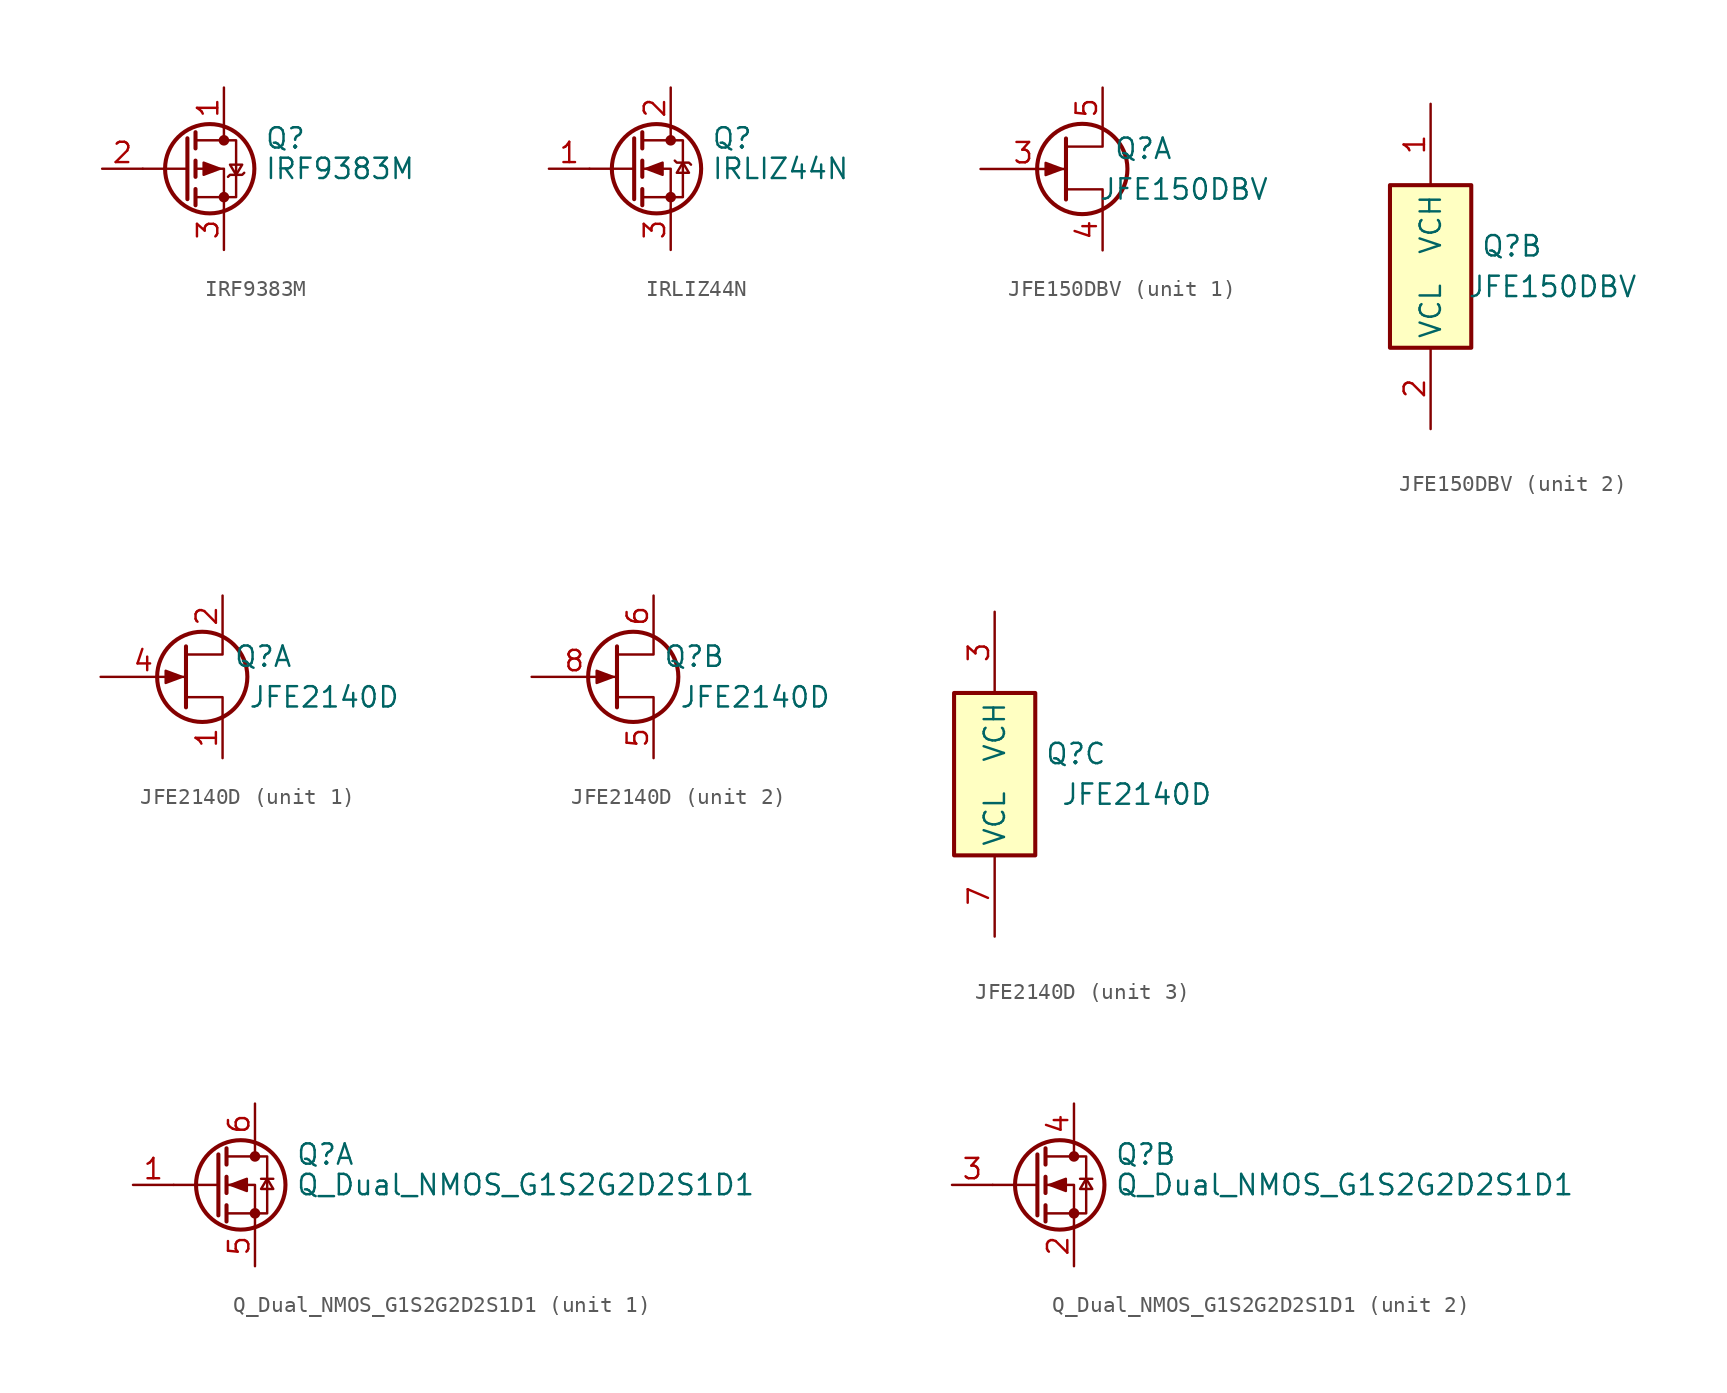
<source format=kicad_sym>
(kicad_symbol_lib
  (version 20241209)
  (generator "kicad_symbol_editor")
  (generator_version "9.0")
  (symbol "IRF9383M"
    (pin_names
      (hide yes))
    (property "Reference" "Q"
      (at 5.08 1.905 0)
      (effects (font (size 1.27 1.27)) (justify left)))
    (property "Value" "IRF9383M"
      (at 5.08 0 0)
      (effects (font (size 1.27 1.27)) (justify left)))
    (symbol "IRF9383M_0_1"
      (polyline (pts (xy 0.254 1.905) (xy 0.254 -1.905)) (stroke (width 0.254) (type default)) (fill (type none)))
      (polyline (pts (xy 0.254 0) (xy -2.54 0)) (stroke (width 0) (type default)) (fill (type none)))
      (polyline (pts (xy 0.762 2.286) (xy 0.762 1.27)) (stroke (width 0.254) (type default)) (fill (type none)))
      (polyline (pts (xy 0.762 1.778) (xy 3.302 1.778) (xy 3.302 -1.778) (xy 0.762 -1.778)) (stroke (width 0) (type default)) (fill (type none)))
      (polyline (pts (xy 0.762 0.508) (xy 0.762 -0.508)) (stroke (width 0.254) (type default)) (fill (type none)))
      (polyline (pts (xy 0.762 -1.27) (xy 0.762 -2.286)) (stroke (width 0.254) (type default)) (fill (type none)))
      (circle (center 1.651 0) (radius 2.794) (stroke (width 0.254) (type default)) (fill (type none)))
      (polyline (pts (xy 2.286 0) (xy 1.27 0.381) (xy 1.27 -0.381) (xy 2.286 0)) (stroke (width 0) (type default)) (fill (type outline)))
      (polyline (pts (xy 2.54 2.54) (xy 2.54 1.778)) (stroke (width 0) (type default)) (fill (type none)))
      (circle (center 2.54 1.778) (radius 0.254) (stroke (width 0) (type default)) (fill (type outline)))
      (circle (center 2.54 -1.778) (radius 0.254) (stroke (width 0) (type default)) (fill (type outline)))
      (polyline (pts (xy 2.54 -2.54) (xy 2.54 0) (xy 0.762 0)) (stroke (width 0) (type default)) (fill (type none)))
      (polyline (pts (xy 2.794 -0.508) (xy 2.921 -0.381) (xy 3.683 -0.381) (xy 3.81 -0.254)) (stroke (width 0) (type default)) (fill (type none)))
      (polyline (pts (xy 3.302 -0.381) (xy 2.921 0.254) (xy 3.683 0.254) (xy 3.302 -0.381)) (stroke (width 0) (type default)) (fill (type none))))
    (symbol "IRF9383M_1_1"
      (pin input line (at -5.08 0 0) (length 2.54) (name "G" (effects (font (size 1.27 1.27)))) (number "2" (effects (font (size 1.27 1.27)))))
      (pin passive line (at 2.54 5.08 270) (length 2.54) (name "D" (effects (font (size 1.27 1.27)))) (number "1" (effects (font (size 1.27 1.27)))))
      (pin passive line (at 2.54 -5.08 90) (length 2.54) (name "S" (effects (font (size 1.27 1.27)))) (number "3" (effects (font (size 1.27 1.27)))))))
  (symbol "IRLIZ44N"
    (pin_names
      (hide yes))
    (property "Reference" "Q"
      (at 5.08 1.905 0)
      (effects (font (size 1.27 1.27)) (justify left)))
    (property "Value" "IRLIZ44N"
      (at 5.08 0 0)
      (effects (font (size 1.27 1.27)) (justify left)))
    (symbol "IRLIZ44N_0_1"
      (polyline (pts (xy 0.254 1.905) (xy 0.254 -1.905)) (stroke (width 0.254) (type default)) (fill (type none)))
      (polyline (pts (xy 0.254 0) (xy -2.54 0)) (stroke (width 0) (type default)) (fill (type none)))
      (polyline (pts (xy 0.762 2.286) (xy 0.762 1.27)) (stroke (width 0.254) (type default)) (fill (type none)))
      (polyline (pts (xy 0.762 0.508) (xy 0.762 -0.508)) (stroke (width 0.254) (type default)) (fill (type none)))
      (polyline (pts (xy 0.762 -1.27) (xy 0.762 -2.286)) (stroke (width 0.254) (type default)) (fill (type none)))
      (polyline (pts (xy 0.762 -1.778) (xy 3.302 -1.778) (xy 3.302 1.778) (xy 0.762 1.778)) (stroke (width 0) (type default)) (fill (type none)))
      (polyline (pts (xy 1.016 0) (xy 2.032 0.381) (xy 2.032 -0.381) (xy 1.016 0)) (stroke (width 0) (type default)) (fill (type outline)))
      (circle (center 1.651 0) (radius 2.794) (stroke (width 0.254) (type default)) (fill (type none)))
      (polyline (pts (xy 2.54 2.54) (xy 2.54 1.778)) (stroke (width 0) (type default)) (fill (type none)))
      (circle (center 2.54 1.778) (radius 0.254) (stroke (width 0) (type default)) (fill (type outline)))
      (circle (center 2.54 -1.778) (radius 0.254) (stroke (width 0) (type default)) (fill (type outline)))
      (polyline (pts (xy 2.54 -2.54) (xy 2.54 0) (xy 0.762 0)) (stroke (width 0) (type default)) (fill (type none)))
      (polyline (pts (xy 2.794 0.508) (xy 2.921 0.381) (xy 3.683 0.381) (xy 3.81 0.254)) (stroke (width 0) (type default)) (fill (type none)))
      (polyline (pts (xy 3.302 0.381) (xy 2.921 -0.254) (xy 3.683 -0.254) (xy 3.302 0.381)) (stroke (width 0) (type default)) (fill (type none))))
    (symbol "IRLIZ44N_1_1"
      (pin input line (at -5.08 0 0) (length 2.54) (name "G" (effects (font (size 1.27 1.27)))) (number "1" (effects (font (size 1.27 1.27)))))
      (pin passive line (at 2.54 5.08 270) (length 2.54) (name "D" (effects (font (size 1.27 1.27)))) (number "2" (effects (font (size 1.27 1.27)))))
      (pin passive line (at 2.54 -5.08 90) (length 2.54) (name "S" (effects (font (size 1.27 1.27)))) (number "3" (effects (font (size 1.27 1.27)))))))
  (symbol "JFE150DBV"
    (property "Reference" "Q"
      (at 5.08 1.27 0)
      (effects (font (size 1.27 1.27))))
    (property "Value" "JFE150DBV"
      (at 7.62 -1.27 0)
      (effects (font (size 1.27 1.27))))
    (property "ki_locked" ""
      (at 0 0 0)
      (effects (font (size 1.27 1.27))))
    (symbol "JFE150DBV_1_1"
      (polyline (pts (xy 0 0) (xy -1.016 0.381) (xy -1.016 -0.381) (xy 0 0)) (stroke (width 0) (type default)) (fill (type outline)))
      (polyline (pts (xy 0.254 1.905) (xy 0.254 -1.905) (xy 0.254 -1.905)) (stroke (width 0.254) (type default)) (fill (type none)))
      (circle (center 1.27 0) (radius 2.819) (stroke (width 0.254) (type default)) (fill (type none)))
      (polyline (pts (xy 2.54 2.54) (xy 2.54 1.397) (xy 0.254 1.397)) (stroke (width 0) (type default)) (fill (type none)))
      (polyline (pts (xy 2.54 -2.54) (xy 2.54 -1.27) (xy 0.254 -1.27)) (stroke (width 0) (type default)) (fill (type none)))
      (pin input line (at -5.08 0 0) (length 5.334) (name "~" (effects (font (size 1.27 1.27)))) (number "3" (effects (font (size 1.27 1.27)))))
      (pin passive line (at 2.54 5.08 270) (length 2.54) (name "~" (effects (font (size 1.27 1.27)))) (number "5" (effects (font (size 1.27 1.27)))))
      (pin passive line (at 2.54 -5.08 90) (length 2.54) (name "~" (effects (font (size 1.27 1.27)))) (number "4" (effects (font (size 1.27 1.27))))))
    (symbol "JFE150DBV_2_0"
      (pin passive line (at 0 10.16 270) (length 5.08) (name "VCH" (effects (font (size 1.27 1.27)))) (number "1" (effects (font (size 1.27 1.27)))))
      (pin passive line (at 0 -10.16 90) (length 5.08) (name "VCL" (effects (font (size 1.27 1.27)))) (number "2" (effects (font (size 1.27 1.27))))))
    (symbol "JFE150DBV_2_1"
      (rectangle (start -2.54 5.08) (end 2.54 -5.08) (stroke (width 0.254) (type default)) (fill (type background)))))
  (symbol "JFE2140D"
    (property "Reference" "Q"
      (at 5.08 1.27 0)
      (effects (font (size 1.27 1.27))))
    (property "Value" "JFE2140D"
      (at 8.89 -1.27 0)
      (effects (font (size 1.27 1.27))))
    (property "ki_locked" ""
      (at 0 0 0)
      (effects (font (size 1.27 1.27))))
    (symbol "JFE2140D_1_1"
      (polyline (pts (xy 0 0) (xy -1.016 0.381) (xy -1.016 -0.381) (xy 0 0)) (stroke (width 0) (type default)) (fill (type outline)))
      (polyline (pts (xy 0.254 1.905) (xy 0.254 -1.905) (xy 0.254 -1.905)) (stroke (width 0.254) (type default)) (fill (type none)))
      (circle (center 1.27 0) (radius 2.819) (stroke (width 0.254) (type default)) (fill (type none)))
      (polyline (pts (xy 2.54 2.54) (xy 2.54 1.397) (xy 0.254 1.397)) (stroke (width 0) (type default)) (fill (type none)))
      (polyline (pts (xy 2.54 -2.54) (xy 2.54 -1.27) (xy 0.254 -1.27)) (stroke (width 0) (type default)) (fill (type none)))
      (pin input line (at -5.08 0 0) (length 5.334) (name "~" (effects (font (size 1.27 1.27)))) (number "4" (effects (font (size 1.27 1.27)))))
      (pin passive line (at 2.54 5.08 270) (length 2.54) (name "~" (effects (font (size 1.27 1.27)))) (number "2" (effects (font (size 1.27 1.27)))))
      (pin passive line (at 2.54 -5.08 90) (length 2.54) (name "~" (effects (font (size 1.27 1.27)))) (number "1" (effects (font (size 1.27 1.27))))))
    (symbol "JFE2140D_2_1"
      (polyline (pts (xy 0 0) (xy -1.016 0.381) (xy -1.016 -0.381) (xy 0 0)) (stroke (width 0) (type default)) (fill (type outline)))
      (polyline (pts (xy 0.254 1.905) (xy 0.254 -1.905) (xy 0.254 -1.905)) (stroke (width 0.254) (type default)) (fill (type none)))
      (circle (center 1.27 0) (radius 2.819) (stroke (width 0.254) (type default)) (fill (type none)))
      (polyline (pts (xy 2.54 2.54) (xy 2.54 1.397) (xy 0.254 1.397)) (stroke (width 0) (type default)) (fill (type none)))
      (polyline (pts (xy 2.54 -2.54) (xy 2.54 -1.27) (xy 0.254 -1.27)) (stroke (width 0) (type default)) (fill (type none)))
      (pin input line (at -5.08 0 0) (length 5.334) (name "~" (effects (font (size 1.27 1.27)))) (number "8" (effects (font (size 1.27 1.27)))))
      (pin passive line (at 2.54 5.08 270) (length 2.54) (name "~" (effects (font (size 1.27 1.27)))) (number "6" (effects (font (size 1.27 1.27)))))
      (pin passive line (at 2.54 -5.08 90) (length 2.54) (name "~" (effects (font (size 1.27 1.27)))) (number "5" (effects (font (size 1.27 1.27))))))
    (symbol "JFE2140D_3_0"
      (pin passive line (at 0 10.16 270) (length 5.08) (name "VCH" (effects (font (size 1.27 1.27)))) (number "3" (effects (font (size 1.27 1.27)))))
      (pin passive line (at 0 -10.16 90) (length 5.08) (name "VCL" (effects (font (size 1.27 1.27)))) (number "7" (effects (font (size 1.27 1.27))))))
    (symbol "JFE2140D_3_1"
      (rectangle (start -2.54 5.08) (end 2.54 -5.08) (stroke (width 0.254) (type default)) (fill (type background)))))
  (symbol "Q_Dual_NMOS_G1S2G2D2S1D1"
    (pin_names
      (offset 0)
      (hide yes))
    (property "Reference" "Q"
      (at 5.08 1.905 0)
      (effects (font (size 1.27 1.27)) (justify left)))
    (property "Value" "Q_Dual_NMOS_G1S2G2D2S1D1"
      (at 5.08 0 0)
      (effects (font (size 1.27 1.27)) (justify left)))
    (symbol "Q_Dual_NMOS_G1S2G2D2S1D1_0_1"
      (polyline (pts (xy 0.254 1.905) (xy 0.254 -1.905)) (stroke (width 0.254) (type default)) (fill (type none)))
      (polyline (pts (xy 0.254 0) (xy -2.54 0)) (stroke (width 0) (type default)) (fill (type none)))
      (polyline (pts (xy 0.762 2.286) (xy 0.762 1.27)) (stroke (width 0.254) (type default)) (fill (type none)))
      (polyline (pts (xy 0.762 0.508) (xy 0.762 -0.508)) (stroke (width 0.254) (type default)) (fill (type none)))
      (polyline (pts (xy 0.762 -1.27) (xy 0.762 -2.286)) (stroke (width 0.254) (type default)) (fill (type none)))
      (polyline (pts (xy 0.762 -1.778) (xy 3.302 -1.778) (xy 3.302 1.778) (xy 0.762 1.778)) (stroke (width 0) (type default)) (fill (type none)))
      (polyline (pts (xy 1.016 0) (xy 2.032 0.381) (xy 2.032 -0.381) (xy 1.016 0)) (stroke (width 0) (type default)) (fill (type outline)))
      (circle (center 1.651 0) (radius 2.794) (stroke (width 0.254) (type default)) (fill (type none)))
      (polyline (pts (xy 2.54 2.54) (xy 2.54 1.778)) (stroke (width 0) (type default)) (fill (type none)))
      (circle (center 2.54 1.778) (radius 0.254) (stroke (width 0) (type default)) (fill (type outline)))
      (circle (center 2.54 -1.778) (radius 0.254) (stroke (width 0) (type default)) (fill (type outline)))
      (polyline (pts (xy 2.54 -2.54) (xy 2.54 0) (xy 0.762 0)) (stroke (width 0) (type default)) (fill (type none)))
      (polyline (pts (xy 2.921 0.381) (xy 3.683 0.381)) (stroke (width 0) (type default)) (fill (type none)))
      (polyline (pts (xy 3.302 0.381) (xy 2.921 -0.254) (xy 3.683 -0.254) (xy 3.302 0.381)) (stroke (width 0) (type default)) (fill (type none))))
    (symbol "Q_Dual_NMOS_G1S2G2D2S1D1_1_1"
      (pin input line (at -5.08 0 0) (length 2.54) (name "G" (effects (font (size 1.27 1.27)))) (number "1" (effects (font (size 1.27 1.27)))))
      (pin passive line (at 2.54 5.08 270) (length 2.54) (name "D" (effects (font (size 1.27 1.27)))) (number "6" (effects (font (size 1.27 1.27)))))
      (pin passive line (at 2.54 -5.08 90) (length 2.54) (name "S" (effects (font (size 1.27 1.27)))) (number "5" (effects (font (size 1.27 1.27))))))
    (symbol "Q_Dual_NMOS_G1S2G2D2S1D1_2_1"
      (pin input line (at -5.08 0 0) (length 2.54) (name "G" (effects (font (size 1.27 1.27)))) (number "3" (effects (font (size 1.27 1.27)))))
      (pin passive line (at 2.54 5.08 270) (length 2.54) (name "D" (effects (font (size 1.27 1.27)))) (number "4" (effects (font (size 1.27 1.27)))))
      (pin passive line (at 2.54 -5.08 90) (length 2.54) (name "S" (effects (font (size 1.27 1.27)))) (number "2" (effects (font (size 1.27 1.27))))))))
</source>
